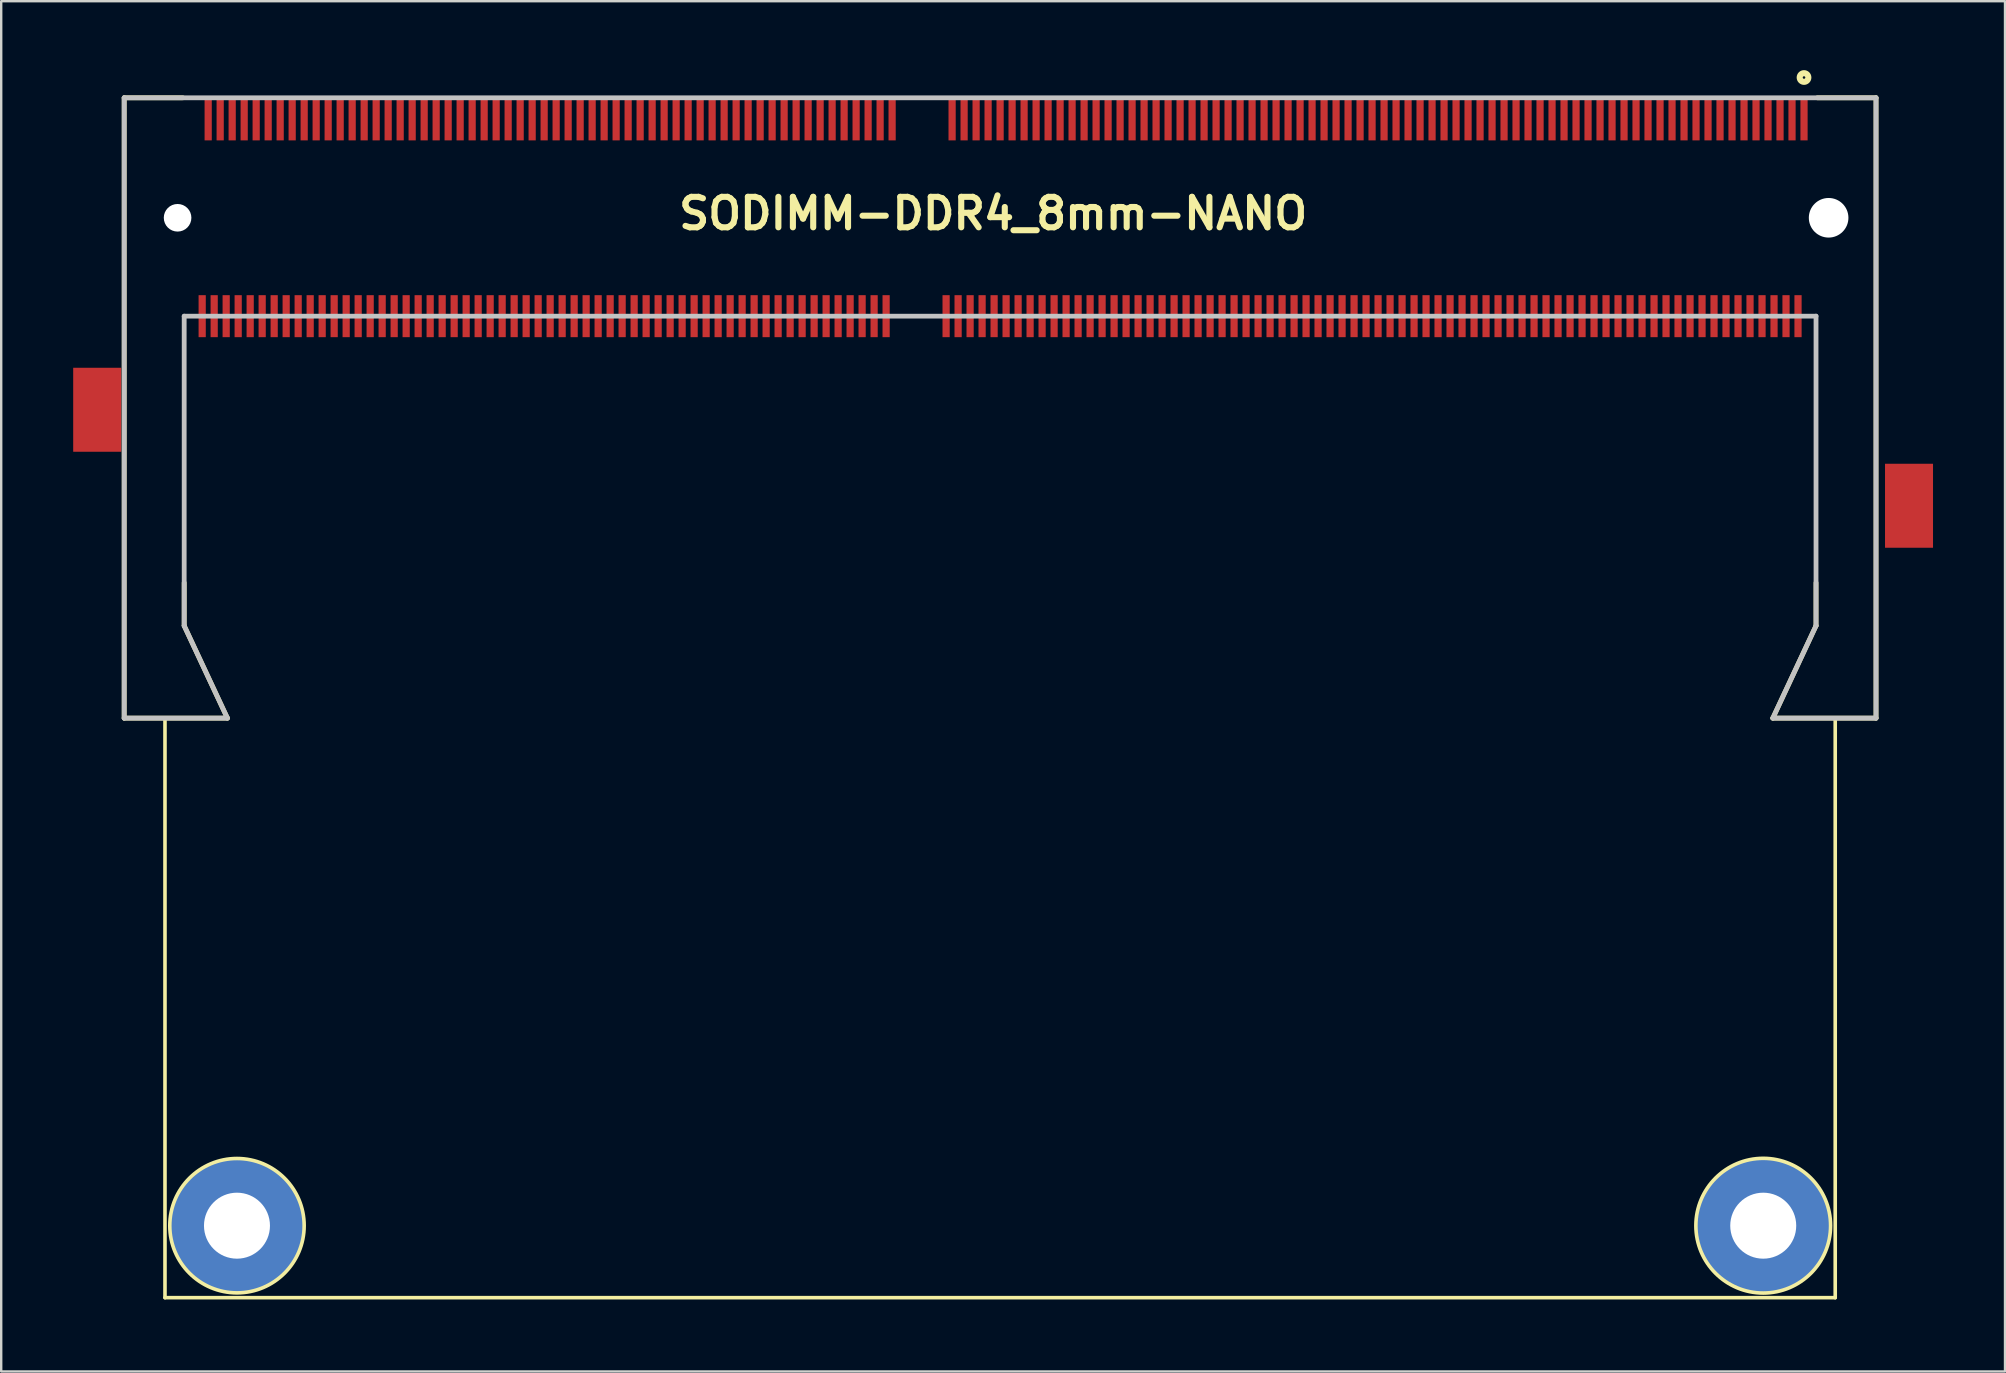
<source format=kicad_pcb>
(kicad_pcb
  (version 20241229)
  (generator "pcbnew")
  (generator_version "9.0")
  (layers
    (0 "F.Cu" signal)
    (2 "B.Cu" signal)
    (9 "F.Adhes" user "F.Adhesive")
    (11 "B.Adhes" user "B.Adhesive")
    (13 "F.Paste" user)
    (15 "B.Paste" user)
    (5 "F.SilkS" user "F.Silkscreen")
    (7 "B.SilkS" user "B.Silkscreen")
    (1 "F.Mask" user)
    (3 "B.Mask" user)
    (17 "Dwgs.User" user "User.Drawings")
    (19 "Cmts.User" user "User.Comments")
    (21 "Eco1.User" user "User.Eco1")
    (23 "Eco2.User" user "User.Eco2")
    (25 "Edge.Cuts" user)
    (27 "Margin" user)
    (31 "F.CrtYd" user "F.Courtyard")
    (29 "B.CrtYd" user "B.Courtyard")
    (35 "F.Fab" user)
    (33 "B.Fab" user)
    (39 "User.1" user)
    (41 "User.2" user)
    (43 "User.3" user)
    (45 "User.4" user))
  (footprint "SODIMM-DDR4_8mm-NANO"
    (layer "F.Cu")
    (at 38.625 6.025)
    (property "Reference" "SODIMM-DDR4_8mm-NANO" (at -0.289 -0.177 0) (layer "F.SilkS") (effects (font (size 1.27 1.27) (thickness 0.254))))
    (attr through_hole)
    (fp_line (start -36.5 -5) (end -34.058 -5) (stroke (width 0.2) (type solid)) (layer "F.SilkS"))
    (fp_line (start -36.5 20.85) (end -36.5 -5) (stroke (width 0.2) (type solid)) (layer "F.SilkS"))
    (fp_line (start -34.8 45) (end -34.8 20.9) (stroke (width 0.15) (type solid)) (layer "F.SilkS"))
    (fp_line (start -34.8 45) (end 34.8 45) (stroke (width 0.15) (type solid)) (layer "F.SilkS"))
    (fp_line (start -34 17) (end -34 15.208) (stroke (width 0.2) (type solid)) (layer "F.SilkS"))
    (fp_line (start -32.2 20.85) (end -36.5 20.85) (stroke (width 0.2) (type solid)) (layer "F.SilkS"))
    (fp_line (start -32.2 20.85) (end -34 17) (stroke (width 0.2) (type solid)) (layer "F.SilkS"))
    (fp_line (start 32.2 20.85) (end 34 17) (stroke (width 0.2) (type solid)) (layer "F.SilkS"))
    (fp_line (start 34 17) (end 34 15.208) (stroke (width 0.2) (type solid)) (layer "F.SilkS"))
    (fp_line (start 34.8 45) (end 34.8 20.9) (stroke (width 0.15) (type solid)) (layer "F.SilkS"))
    (fp_line (start 36.5 -5) (end 34.058 -5) (stroke (width 0.2) (type solid)) (layer "F.SilkS"))
    (fp_line (start 36.5 -5) (end 36.5 20.85) (stroke (width 0.2) (type solid)) (layer "F.SilkS"))
    (fp_line (start 36.5 20.85) (end 32.2 20.85) (stroke (width 0.2) (type solid)) (layer "F.SilkS"))
    (fp_circle (center -31.8 42) (end -29 42) (stroke (width 0.15) (type solid)) (fill no) (layer "F.SilkS"))
    (fp_circle (center 31.8 42) (end 34.6 41.8) (stroke (width 0.15) (type solid)) (fill no) (layer "F.SilkS"))
    (fp_circle (center 33.5 -5.845) (end 33.447 -5.845) (stroke (width 0.254) (type solid)) (fill no) (layer "F.SilkS"))
    (fp_line (start -36.5 -5) (end -36.5 20.85) (stroke (width 0.2) (type solid)) (layer "Dwgs.User"))
    (fp_line (start -36.5 -5) (end 36.5 -5) (stroke (width 0.2) (type solid)) (layer "Dwgs.User"))
    (fp_line (start -36.5 20.85) (end -32.2 20.85) (stroke (width 0.2) (type solid)) (layer "Dwgs.User"))
    (fp_line (start -34 17) (end -34 4.1) (stroke (width 0.2) (type solid)) (layer "Dwgs.User"))
    (fp_line (start -34 17) (end -32.2 20.85) (stroke (width 0.2) (type solid)) (layer "Dwgs.User"))
    (fp_line (start 34 4.1) (end -34 4.1) (stroke (width 0.2) (type solid)) (layer "Dwgs.User"))
    (fp_line (start 34 17) (end 32.2 20.85) (stroke (width 0.2) (type solid)) (layer "Dwgs.User"))
    (fp_line (start 34 17) (end 34 4.1) (stroke (width 0.2) (type solid)) (layer "Dwgs.User"))
    (fp_line (start 36.5 -5) (end 36.5 20.85) (stroke (width 0.2) (type solid)) (layer "Dwgs.User"))
    (fp_line (start 36.5 20.85) (end 32.2 20.85) (stroke (width 0.2) (type solid)) (layer "Dwgs.User"))
    (pad "" np_thru_hole circle (at -34.275 0 90) (size 1.15 1.15) (drill 1.15) (layers "*.Cu" "*.Mask"))
    (pad "" np_thru_hole circle (at -31.8 42) (size 5.6 5.6) (drill 2.75) (layers "*.Cu" "*.Mask"))
    (pad "" np_thru_hole circle (at 31.8 42) (size 5.6 5.6) (drill 2.75) (layers "*.Cu" "*.Mask"))
    (pad "" np_thru_hole circle (at 34.525 0 90) (size 1.65 1.65) (drill 1.65) (layers "*.Cu" "*.Mask"))
    (pad "1" smd rect (at 33.5 -4.1) (size 0.3 1.75) (layers "F.Cu" "F.Mask" "F.Paste"))
    (pad "2" smd rect (at 33.25 4.1) (size 0.3 1.75) (layers "F.Cu" "F.Mask" "F.Paste"))
    (pad "3" smd rect (at 33 -4.1) (size 0.3 1.75) (layers "F.Cu" "F.Mask" "F.Paste"))
    (pad "4" smd rect (at 32.75 4.1) (size 0.3 1.75) (layers "F.Cu" "F.Mask" "F.Paste"))
    (pad "5" smd rect (at 32.5 -4.1) (size 0.3 1.75) (layers "F.Cu" "F.Mask" "F.Paste"))
    (pad "6" smd rect (at 32.25 4.1) (size 0.3 1.75) (layers "F.Cu" "F.Mask" "F.Paste"))
    (pad "7" smd rect (at 32 -4.1) (size 0.3 1.75) (layers "F.Cu" "F.Mask" "F.Paste"))
    (pad "8" smd rect (at 31.75 4.1) (size 0.3 1.75) (layers "F.Cu" "F.Mask" "F.Paste"))
    (pad "9" smd rect (at 31.5 -4.1) (size 0.3 1.75) (layers "F.Cu" "F.Mask" "F.Paste"))
    (pad "10" smd rect (at 31.25 4.1) (size 0.3 1.75) (layers "F.Cu" "F.Mask" "F.Paste"))
    (pad "11" smd rect (at 31 -4.1) (size 0.3 1.75) (layers "F.Cu" "F.Mask" "F.Paste"))
    (pad "12" smd rect (at 30.75 4.1) (size 0.3 1.75) (layers "F.Cu" "F.Mask" "F.Paste"))
    (pad "13" smd rect (at 30.5 -4.1) (size 0.3 1.75) (layers "F.Cu" "F.Mask" "F.Paste"))
    (pad "14" smd rect (at 30.25 4.1) (size 0.3 1.75) (layers "F.Cu" "F.Mask" "F.Paste"))
    (pad "15" smd rect (at 30 -4.1) (size 0.3 1.75) (layers "F.Cu" "F.Mask" "F.Paste"))
    (pad "16" smd rect (at 29.75 4.1) (size 0.3 1.75) (layers "F.Cu" "F.Mask" "F.Paste"))
    (pad "17" smd rect (at 29.5 -4.1) (size 0.3 1.75) (layers "F.Cu" "F.Mask" "F.Paste"))
    (pad "18" smd rect (at 29.25 4.1) (size 0.3 1.75) (layers "F.Cu" "F.Mask" "F.Paste"))
    (pad "19" smd rect (at 29 -4.1) (size 0.3 1.75) (layers "F.Cu" "F.Mask" "F.Paste"))
    (pad "20" smd rect (at 28.75 4.1) (size 0.3 1.75) (layers "F.Cu" "F.Mask" "F.Paste"))
    (pad "21" smd rect (at 28.5 -4.1) (size 0.3 1.75) (layers "F.Cu" "F.Mask" "F.Paste"))
    (pad "22" smd rect (at 28.25 4.1) (size 0.3 1.75) (layers "F.Cu" "F.Mask" "F.Paste"))
    (pad "23" smd rect (at 28 -4.1) (size 0.3 1.75) (layers "F.Cu" "F.Mask" "F.Paste"))
    (pad "24" smd rect (at 27.75 4.1) (size 0.3 1.75) (layers "F.Cu" "F.Mask" "F.Paste"))
    (pad "25" smd rect (at 27.5 -4.1) (size 0.3 1.75) (layers "F.Cu" "F.Mask" "F.Paste"))
    (pad "26" smd rect (at 27.25 4.1) (size 0.3 1.75) (layers "F.Cu" "F.Mask" "F.Paste"))
    (pad "27" smd rect (at 27 -4.1) (size 0.3 1.75) (layers "F.Cu" "F.Mask" "F.Paste"))
    (pad "28" smd rect (at 26.75 4.1) (size 0.3 1.75) (layers "F.Cu" "F.Mask" "F.Paste"))
    (pad "29" smd rect (at 26.5 -4.1) (size 0.3 1.75) (layers "F.Cu" "F.Mask" "F.Paste"))
    (pad "30" smd rect (at 26.25 4.1) (size 0.3 1.75) (layers "F.Cu" "F.Mask" "F.Paste"))
    (pad "31" smd rect (at 26 -4.1) (size 0.3 1.75) (layers "F.Cu" "F.Mask" "F.Paste"))
    (pad "32" smd rect (at 25.75 4.1) (size 0.3 1.75) (layers "F.Cu" "F.Mask" "F.Paste"))
    (pad "33" smd rect (at 25.5 -4.1) (size 0.3 1.75) (layers "F.Cu" "F.Mask" "F.Paste"))
    (pad "34" smd rect (at 25.25 4.1) (size 0.3 1.75) (layers "F.Cu" "F.Mask" "F.Paste"))
    (pad "35" smd rect (at 25 -4.1) (size 0.3 1.75) (layers "F.Cu" "F.Mask" "F.Paste"))
    (pad "36" smd rect (at 24.75 4.1) (size 0.3 1.75) (layers "F.Cu" "F.Mask" "F.Paste"))
    (pad "37" smd rect (at 24.5 -4.1) (size 0.3 1.75) (layers "F.Cu" "F.Mask" "F.Paste"))
    (pad "38" smd rect (at 24.25 4.1) (size 0.3 1.75) (layers "F.Cu" "F.Mask" "F.Paste"))
    (pad "39" smd rect (at 24 -4.1) (size 0.3 1.75) (layers "F.Cu" "F.Mask" "F.Paste"))
    (pad "40" smd rect (at 23.75 4.1) (size 0.3 1.75) (layers "F.Cu" "F.Mask" "F.Paste"))
    (pad "41" smd rect (at 23.5 -4.1) (size 0.3 1.75) (layers "F.Cu" "F.Mask" "F.Paste"))
    (pad "42" smd rect (at 23.25 4.1) (size 0.3 1.75) (layers "F.Cu" "F.Mask" "F.Paste"))
    (pad "43" smd rect (at 23 -4.1) (size 0.3 1.75) (layers "F.Cu" "F.Mask" "F.Paste"))
    (pad "44" smd rect (at 22.75 4.1) (size 0.3 1.75) (layers "F.Cu" "F.Mask" "F.Paste"))
    (pad "45" smd rect (at 22.5 -4.1) (size 0.3 1.75) (layers "F.Cu" "F.Mask" "F.Paste"))
    (pad "46" smd rect (at 22.25 4.1) (size 0.3 1.75) (layers "F.Cu" "F.Mask" "F.Paste"))
    (pad "47" smd rect (at 22 -4.1) (size 0.3 1.75) (layers "F.Cu" "F.Mask" "F.Paste"))
    (pad "48" smd rect (at 21.75 4.1) (size 0.3 1.75) (layers "F.Cu" "F.Mask" "F.Paste"))
    (pad "49" smd rect (at 21.5 -4.1) (size 0.3 1.75) (layers "F.Cu" "F.Mask" "F.Paste"))
    (pad "50" smd rect (at 21.25 4.1) (size 0.3 1.75) (layers "F.Cu" "F.Mask" "F.Paste"))
    (pad "51" smd rect (at 21 -4.1) (size 0.3 1.75) (layers "F.Cu" "F.Mask" "F.Paste"))
    (pad "52" smd rect (at 20.75 4.1) (size 0.3 1.75) (layers "F.Cu" "F.Mask" "F.Paste"))
    (pad "53" smd rect (at 20.5 -4.1) (size 0.3 1.75) (layers "F.Cu" "F.Mask" "F.Paste"))
    (pad "54" smd rect (at 20.25 4.1) (size 0.3 1.75) (layers "F.Cu" "F.Mask" "F.Paste"))
    (pad "55" smd rect (at 20 -4.1) (size 0.3 1.75) (layers "F.Cu" "F.Mask" "F.Paste"))
    (pad "56" smd rect (at 19.75 4.1) (size 0.3 1.75) (layers "F.Cu" "F.Mask" "F.Paste"))
    (pad "57" smd rect (at 19.5 -4.1) (size 0.3 1.75) (layers "F.Cu" "F.Mask" "F.Paste"))
    (pad "58" smd rect (at 19.25 4.1) (size 0.3 1.75) (layers "F.Cu" "F.Mask" "F.Paste"))
    (pad "59" smd rect (at 19 -4.1) (size 0.3 1.75) (layers "F.Cu" "F.Mask" "F.Paste"))
    (pad "60" smd rect (at 18.75 4.1) (size 0.3 1.75) (layers "F.Cu" "F.Mask" "F.Paste"))
    (pad "61" smd rect (at 18.5 -4.1) (size 0.3 1.75) (layers "F.Cu" "F.Mask" "F.Paste"))
    (pad "62" smd rect (at 18.25 4.1) (size 0.3 1.75) (layers "F.Cu" "F.Mask" "F.Paste"))
    (pad "63" smd rect (at 18 -4.1) (size 0.3 1.75) (layers "F.Cu" "F.Mask" "F.Paste"))
    (pad "64" smd rect (at 17.75 4.1) (size 0.3 1.75) (layers "F.Cu" "F.Mask" "F.Paste"))
    (pad "65" smd rect (at 17.5 -4.1) (size 0.3 1.75) (layers "F.Cu" "F.Mask" "F.Paste"))
    (pad "66" smd rect (at 17.25 4.1) (size 0.3 1.75) (layers "F.Cu" "F.Mask" "F.Paste"))
    (pad "67" smd rect (at 17 -4.1) (size 0.3 1.75) (layers "F.Cu" "F.Mask" "F.Paste"))
    (pad "68" smd rect (at 16.75 4.1) (size 0.3 1.75) (layers "F.Cu" "F.Mask" "F.Paste"))
    (pad "69" smd rect (at 16.5 -4.1) (size 0.3 1.75) (layers "F.Cu" "F.Mask" "F.Paste"))
    (pad "70" smd rect (at 16.25 4.1) (size 0.3 1.75) (layers "F.Cu" "F.Mask" "F.Paste"))
    (pad "71" smd rect (at 16 -4.1) (size 0.3 1.75) (layers "F.Cu" "F.Mask" "F.Paste"))
    (pad "72" smd rect (at 15.75 4.1) (size 0.3 1.75) (layers "F.Cu" "F.Mask" "F.Paste"))
    (pad "73" smd rect (at 15.5 -4.1) (size 0.3 1.75) (layers "F.Cu" "F.Mask" "F.Paste"))
    (pad "74" smd rect (at 15.25 4.1) (size 0.3 1.75) (layers "F.Cu" "F.Mask" "F.Paste"))
    (pad "75" smd rect (at 15 -4.1) (size 0.3 1.75) (layers "F.Cu" "F.Mask" "F.Paste"))
    (pad "76" smd rect (at 14.75 4.1) (size 0.3 1.75) (layers "F.Cu" "F.Mask" "F.Paste"))
    (pad "77" smd rect (at 14.5 -4.1) (size 0.3 1.75) (layers "F.Cu" "F.Mask" "F.Paste"))
    (pad "78" smd rect (at 14.25 4.1) (size 0.3 1.75) (layers "F.Cu" "F.Mask" "F.Paste"))
    (pad "79" smd rect (at 14 -4.1) (size 0.3 1.75) (layers "F.Cu" "F.Mask" "F.Paste"))
    (pad "80" smd rect (at 13.75 4.1) (size 0.3 1.75) (layers "F.Cu" "F.Mask" "F.Paste"))
    (pad "81" smd rect (at 13.5 -4.1) (size 0.3 1.75) (layers "F.Cu" "F.Mask" "F.Paste"))
    (pad "82" smd rect (at 13.25 4.1) (size 0.3 1.75) (layers "F.Cu" "F.Mask" "F.Paste"))
    (pad "83" smd rect (at 13 -4.1) (size 0.3 1.75) (layers "F.Cu" "F.Mask" "F.Paste"))
    (pad "84" smd rect (at 12.75 4.1) (size 0.3 1.75) (layers "F.Cu" "F.Mask" "F.Paste"))
    (pad "85" smd rect (at 12.5 -4.1) (size 0.3 1.75) (layers "F.Cu" "F.Mask" "F.Paste"))
    (pad "86" smd rect (at 12.25 4.1) (size 0.3 1.75) (layers "F.Cu" "F.Mask" "F.Paste"))
    (pad "87" smd rect (at 12 -4.1) (size 0.3 1.75) (layers "F.Cu" "F.Mask" "F.Paste"))
    (pad "88" smd rect (at 11.75 4.1) (size 0.3 1.75) (layers "F.Cu" "F.Mask" "F.Paste"))
    (pad "89" smd rect (at 11.5 -4.1) (size 0.3 1.75) (layers "F.Cu" "F.Mask" "F.Paste"))
    (pad "90" smd rect (at 11.25 4.1) (size 0.3 1.75) (layers "F.Cu" "F.Mask" "F.Paste"))
    (pad "91" smd rect (at 11 -4.1) (size 0.3 1.75) (layers "F.Cu" "F.Mask" "F.Paste"))
    (pad "92" smd rect (at 10.75 4.1) (size 0.3 1.75) (layers "F.Cu" "F.Mask" "F.Paste"))
    (pad "93" smd rect (at 10.5 -4.1) (size 0.3 1.75) (layers "F.Cu" "F.Mask" "F.Paste"))
    (pad "94" smd rect (at 10.25 4.1) (size 0.3 1.75) (layers "F.Cu" "F.Mask" "F.Paste"))
    (pad "95" smd rect (at 10 -4.1) (size 0.3 1.75) (layers "F.Cu" "F.Mask" "F.Paste"))
    (pad "96" smd rect (at 9.75 4.1) (size 0.3 1.75) (layers "F.Cu" "F.Mask" "F.Paste"))
    (pad "97" smd rect (at 9.5 -4.1) (size 0.3 1.75) (layers "F.Cu" "F.Mask" "F.Paste"))
    (pad "98" smd rect (at 9.25 4.1) (size 0.3 1.75) (layers "F.Cu" "F.Mask" "F.Paste"))
    (pad "99" smd rect (at 9 -4.1) (size 0.3 1.75) (layers "F.Cu" "F.Mask" "F.Paste"))
    (pad "100" smd rect (at 8.75 4.1) (size 0.3 1.75) (layers "F.Cu" "F.Mask" "F.Paste"))
    (pad "101" smd rect (at 8.5 -4.1) (size 0.3 1.75) (layers "F.Cu" "F.Mask" "F.Paste"))
    (pad "102" smd rect (at 8.25 4.1) (size 0.3 1.75) (layers "F.Cu" "F.Mask" "F.Paste"))
    (pad "103" smd rect (at 8 -4.1) (size 0.3 1.75) (layers "F.Cu" "F.Mask" "F.Paste"))
    (pad "104" smd rect (at 7.75 4.1) (size 0.3 1.75) (layers "F.Cu" "F.Mask" "F.Paste"))
    (pad "105" smd rect (at 7.5 -4.1) (size 0.3 1.75) (layers "F.Cu" "F.Mask" "F.Paste"))
    (pad "106" smd rect (at 7.25 4.1) (size 0.3 1.75) (layers "F.Cu" "F.Mask" "F.Paste"))
    (pad "107" smd rect (at 7 -4.1) (size 0.3 1.75) (layers "F.Cu" "F.Mask" "F.Paste"))
    (pad "108" smd rect (at 6.75 4.1) (size 0.3 1.75) (layers "F.Cu" "F.Mask" "F.Paste"))
    (pad "109" smd rect (at 6.5 -4.1) (size 0.3 1.75) (layers "F.Cu" "F.Mask" "F.Paste"))
    (pad "110" smd rect (at 6.25 4.1) (size 0.3 1.75) (layers "F.Cu" "F.Mask" "F.Paste"))
    (pad "111" smd rect (at 6 -4.1) (size 0.3 1.75) (layers "F.Cu" "F.Mask" "F.Paste"))
    (pad "112" smd rect (at 5.75 4.1) (size 0.3 1.75) (layers "F.Cu" "F.Mask" "F.Paste"))
    (pad "113" smd rect (at 5.5 -4.1) (size 0.3 1.75) (layers "F.Cu" "F.Mask" "F.Paste"))
    (pad "114" smd rect (at 5.25 4.1) (size 0.3 1.75) (layers "F.Cu" "F.Mask" "F.Paste"))
    (pad "115" smd rect (at 5 -4.1) (size 0.3 1.75) (layers "F.Cu" "F.Mask" "F.Paste"))
    (pad "116" smd rect (at 4.75 4.1) (size 0.3 1.75) (layers "F.Cu" "F.Mask" "F.Paste"))
    (pad "117" smd rect (at 4.5 -4.1) (size 0.3 1.75) (layers "F.Cu" "F.Mask" "F.Paste"))
    (pad "118" smd rect (at 4.25 4.1) (size 0.3 1.75) (layers "F.Cu" "F.Mask" "F.Paste"))
    (pad "119" smd rect (at 4 -4.1) (size 0.3 1.75) (layers "F.Cu" "F.Mask" "F.Paste"))
    (pad "120" smd rect (at 3.75 4.1) (size 0.3 1.75) (layers "F.Cu" "F.Mask" "F.Paste"))
    (pad "121" smd rect (at 3.5 -4.1) (size 0.3 1.75) (layers "F.Cu" "F.Mask" "F.Paste"))
    (pad "122" smd rect (at 3.25 4.1) (size 0.3 1.75) (layers "F.Cu" "F.Mask" "F.Paste"))
    (pad "123" smd rect (at 3 -4.1) (size 0.3 1.75) (layers "F.Cu" "F.Mask" "F.Paste"))
    (pad "124" smd rect (at 2.75 4.1) (size 0.3 1.75) (layers "F.Cu" "F.Mask" "F.Paste"))
    (pad "125" smd rect (at 2.5 -4.1) (size 0.3 1.75) (layers "F.Cu" "F.Mask" "F.Paste"))
    (pad "126" smd rect (at 2.25 4.1) (size 0.3 1.75) (layers "F.Cu" "F.Mask" "F.Paste"))
    (pad "127" smd rect (at 2 -4.1) (size 0.3 1.75) (layers "F.Cu" "F.Mask" "F.Paste"))
    (pad "128" smd rect (at 1.75 4.1) (size 0.3 1.75) (layers "F.Cu" "F.Mask" "F.Paste"))
    (pad "129" smd rect (at 1.5 -4.1) (size 0.3 1.75) (layers "F.Cu" "F.Mask" "F.Paste"))
    (pad "130" smd rect (at 1.25 4.1) (size 0.3 1.75) (layers "F.Cu" "F.Mask" "F.Paste"))
    (pad "131" smd rect (at 1 -4.1) (size 0.3 1.75) (layers "F.Cu" "F.Mask" "F.Paste"))
    (pad "132" smd rect (at 0.75 4.1) (size 0.3 1.75) (layers "F.Cu" "F.Mask" "F.Paste"))
    (pad "133" smd rect (at 0.5 -4.1) (size 0.3 1.75) (layers "F.Cu" "F.Mask" "F.Paste"))
    (pad "134" smd rect (at 0.25 4.1) (size 0.3 1.75) (layers "F.Cu" "F.Mask" "F.Paste"))
    (pad "135" smd rect (at 0 -4.1) (size 0.3 1.75) (layers "F.Cu" "F.Mask" "F.Paste"))
    (pad "136" smd rect (at -0.25 4.1) (size 0.3 1.75) (layers "F.Cu" "F.Mask" "F.Paste"))
    (pad "137" smd rect (at -0.5 -4.1) (size 0.3 1.75) (layers "F.Cu" "F.Mask" "F.Paste"))
    (pad "138" smd rect (at -0.75 4.1) (size 0.3 1.75) (layers "F.Cu" "F.Mask" "F.Paste"))
    (pad "139" smd rect (at -1 -4.1) (size 0.3 1.75) (layers "F.Cu" "F.Mask" "F.Paste"))
    (pad "140" smd rect (at -1.25 4.1) (size 0.3 1.75) (layers "F.Cu" "F.Mask" "F.Paste"))
    (pad "141" smd rect (at -1.5 -4.1) (size 0.3 1.75) (layers "F.Cu" "F.Mask" "F.Paste"))
    (pad "142" smd rect (at -1.75 4.1) (size 0.3 1.75) (layers "F.Cu" "F.Mask" "F.Paste"))
    (pad "143" smd rect (at -2 -4.1) (size 0.3 1.75) (layers "F.Cu" "F.Mask" "F.Paste"))
    (pad "144" smd rect (at -2.25 4.1) (size 0.3 1.75) (layers "F.Cu" "F.Mask" "F.Paste"))
    (pad "145" smd rect (at -4.5 -4.1) (size 0.3 1.75) (layers "F.Cu" "F.Mask" "F.Paste"))
    (pad "146" smd rect (at -4.75 4.1) (size 0.3 1.75) (layers "F.Cu" "F.Mask" "F.Paste"))
    (pad "147" smd rect (at -5 -4.1) (size 0.3 1.75) (layers "F.Cu" "F.Mask" "F.Paste"))
    (pad "148" smd rect (at -5.25 4.1) (size 0.3 1.75) (layers "F.Cu" "F.Mask" "F.Paste"))
    (pad "149" smd rect (at -5.5 -4.1) (size 0.3 1.75) (layers "F.Cu" "F.Mask" "F.Paste"))
    (pad "150" smd rect (at -5.75 4.1) (size 0.3 1.75) (layers "F.Cu" "F.Mask" "F.Paste"))
    (pad "151" smd rect (at -6 -4.1) (size 0.3 1.75) (layers "F.Cu" "F.Mask" "F.Paste"))
    (pad "152" smd rect (at -6.25 4.1) (size 0.3 1.75) (layers "F.Cu" "F.Mask" "F.Paste"))
    (pad "153" smd rect (at -6.5 -4.1) (size 0.3 1.75) (layers "F.Cu" "F.Mask" "F.Paste"))
    (pad "154" smd rect (at -6.75 4.1) (size 0.3 1.75) (layers "F.Cu" "F.Mask" "F.Paste"))
    (pad "155" smd rect (at -7 -4.1) (size 0.3 1.75) (layers "F.Cu" "F.Mask" "F.Paste"))
    (pad "156" smd rect (at -7.25 4.1) (size 0.3 1.75) (layers "F.Cu" "F.Mask" "F.Paste"))
    (pad "157" smd rect (at -7.5 -4.1) (size 0.3 1.75) (layers "F.Cu" "F.Mask" "F.Paste"))
    (pad "158" smd rect (at -7.75 4.1) (size 0.3 1.75) (layers "F.Cu" "F.Mask" "F.Paste"))
    (pad "159" smd rect (at -8 -4.1) (size 0.3 1.75) (layers "F.Cu" "F.Mask" "F.Paste"))
    (pad "160" smd rect (at -8.25 4.1) (size 0.3 1.75) (layers "F.Cu" "F.Mask" "F.Paste"))
    (pad "161" smd rect (at -8.5 -4.1) (size 0.3 1.75) (layers "F.Cu" "F.Mask" "F.Paste"))
    (pad "162" smd rect (at -8.75 4.1) (size 0.3 1.75) (layers "F.Cu" "F.Mask" "F.Paste"))
    (pad "163" smd rect (at -9 -4.1) (size 0.3 1.75) (layers "F.Cu" "F.Mask" "F.Paste"))
    (pad "164" smd rect (at -9.25 4.1) (size 0.3 1.75) (layers "F.Cu" "F.Mask" "F.Paste"))
    (pad "165" smd rect (at -9.5 -4.1) (size 0.3 1.75) (layers "F.Cu" "F.Mask" "F.Paste"))
    (pad "166" smd rect (at -9.75 4.1) (size 0.3 1.75) (layers "F.Cu" "F.Mask" "F.Paste"))
    (pad "167" smd rect (at -10 -4.1) (size 0.3 1.75) (layers "F.Cu" "F.Mask" "F.Paste"))
    (pad "168" smd rect (at -10.25 4.1) (size 0.3 1.75) (layers "F.Cu" "F.Mask" "F.Paste"))
    (pad "169" smd rect (at -10.5 -4.1) (size 0.3 1.75) (layers "F.Cu" "F.Mask" "F.Paste"))
    (pad "170" smd rect (at -10.75 4.1) (size 0.3 1.75) (layers "F.Cu" "F.Mask" "F.Paste"))
    (pad "171" smd rect (at -11 -4.1) (size 0.3 1.75) (layers "F.Cu" "F.Mask" "F.Paste"))
    (pad "172" smd rect (at -11.25 4.1) (size 0.3 1.75) (layers "F.Cu" "F.Mask" "F.Paste"))
    (pad "173" smd rect (at -11.5 -4.1) (size 0.3 1.75) (layers "F.Cu" "F.Mask" "F.Paste"))
    (pad "174" smd rect (at -11.75 4.1) (size 0.3 1.75) (layers "F.Cu" "F.Mask" "F.Paste"))
    (pad "175" smd rect (at -12 -4.1) (size 0.3 1.75) (layers "F.Cu" "F.Mask" "F.Paste"))
    (pad "176" smd rect (at -12.25 4.1) (size 0.3 1.75) (layers "F.Cu" "F.Mask" "F.Paste"))
    (pad "177" smd rect (at -12.5 -4.1) (size 0.3 1.75) (layers "F.Cu" "F.Mask" "F.Paste"))
    (pad "178" smd rect (at -12.75 4.1) (size 0.3 1.75) (layers "F.Cu" "F.Mask" "F.Paste"))
    (pad "179" smd rect (at -13 -4.1) (size 0.3 1.75) (layers "F.Cu" "F.Mask" "F.Paste"))
    (pad "180" smd rect (at -13.25 4.1) (size 0.3 1.75) (layers "F.Cu" "F.Mask" "F.Paste"))
    (pad "181" smd rect (at -13.5 -4.1) (size 0.3 1.75) (layers "F.Cu" "F.Mask" "F.Paste"))
    (pad "182" smd rect (at -13.75 4.1) (size 0.3 1.75) (layers "F.Cu" "F.Mask" "F.Paste"))
    (pad "183" smd rect (at -14 -4.1) (size 0.3 1.75) (layers "F.Cu" "F.Mask" "F.Paste"))
    (pad "184" smd rect (at -14.25 4.1) (size 0.3 1.75) (layers "F.Cu" "F.Mask" "F.Paste"))
    (pad "185" smd rect (at -14.5 -4.1) (size 0.3 1.75) (layers "F.Cu" "F.Mask" "F.Paste"))
    (pad "186" smd rect (at -14.75 4.1) (size 0.3 1.75) (layers "F.Cu" "F.Mask" "F.Paste"))
    (pad "187" smd rect (at -15 -4.1) (size 0.3 1.75) (layers "F.Cu" "F.Mask" "F.Paste"))
    (pad "188" smd rect (at -15.25 4.1) (size 0.3 1.75) (layers "F.Cu" "F.Mask" "F.Paste"))
    (pad "189" smd rect (at -15.5 -4.1) (size 0.3 1.75) (layers "F.Cu" "F.Mask" "F.Paste"))
    (pad "190" smd rect (at -15.75 4.1) (size 0.3 1.75) (layers "F.Cu" "F.Mask" "F.Paste"))
    (pad "191" smd rect (at -16 -4.1) (size 0.3 1.75) (layers "F.Cu" "F.Mask" "F.Paste"))
    (pad "192" smd rect (at -16.25 4.1) (size 0.3 1.75) (layers "F.Cu" "F.Mask" "F.Paste"))
    (pad "193" smd rect (at -16.5 -4.1) (size 0.3 1.75) (layers "F.Cu" "F.Mask" "F.Paste"))
    (pad "194" smd rect (at -16.75 4.1) (size 0.3 1.75) (layers "F.Cu" "F.Mask" "F.Paste"))
    (pad "195" smd rect (at -17 -4.1) (size 0.3 1.75) (layers "F.Cu" "F.Mask" "F.Paste"))
    (pad "196" smd rect (at -17.25 4.1) (size 0.3 1.75) (layers "F.Cu" "F.Mask" "F.Paste"))
    (pad "197" smd rect (at -17.5 -4.1) (size 0.3 1.75) (layers "F.Cu" "F.Mask" "F.Paste"))
    (pad "198" smd rect (at -17.75 4.1) (size 0.3 1.75) (layers "F.Cu" "F.Mask" "F.Paste"))
    (pad "199" smd rect (at -18 -4.1) (size 0.3 1.75) (layers "F.Cu" "F.Mask" "F.Paste"))
    (pad "200" smd rect (at -18.25 4.1) (size 0.3 1.75) (layers "F.Cu" "F.Mask" "F.Paste"))
    (pad "201" smd rect (at -18.5 -4.1) (size 0.3 1.75) (layers "F.Cu" "F.Mask" "F.Paste"))
    (pad "202" smd rect (at -18.75 4.1) (size 0.3 1.75) (layers "F.Cu" "F.Mask" "F.Paste"))
    (pad "203" smd rect (at -19 -4.1) (size 0.3 1.75) (layers "F.Cu" "F.Mask" "F.Paste"))
    (pad "204" smd rect (at -19.25 4.1) (size 0.3 1.75) (layers "F.Cu" "F.Mask" "F.Paste"))
    (pad "205" smd rect (at -19.5 -4.1) (size 0.3 1.75) (layers "F.Cu" "F.Mask" "F.Paste"))
    (pad "206" smd rect (at -19.75 4.1) (size 0.3 1.75) (layers "F.Cu" "F.Mask" "F.Paste"))
    (pad "207" smd rect (at -20 -4.1) (size 0.3 1.75) (layers "F.Cu" "F.Mask" "F.Paste"))
    (pad "208" smd rect (at -20.25 4.1) (size 0.3 1.75) (layers "F.Cu" "F.Mask" "F.Paste"))
    (pad "209" smd rect (at -20.5 -4.1) (size 0.3 1.75) (layers "F.Cu" "F.Mask" "F.Paste"))
    (pad "210" smd rect (at -20.75 4.1) (size 0.3 1.75) (layers "F.Cu" "F.Mask" "F.Paste"))
    (pad "211" smd rect (at -21 -4.1) (size 0.3 1.75) (layers "F.Cu" "F.Mask" "F.Paste"))
    (pad "212" smd rect (at -21.25 4.1) (size 0.3 1.75) (layers "F.Cu" "F.Mask" "F.Paste"))
    (pad "213" smd rect (at -21.5 -4.1) (size 0.3 1.75) (layers "F.Cu" "F.Mask" "F.Paste"))
    (pad "214" smd rect (at -21.75 4.1) (size 0.3 1.75) (layers "F.Cu" "F.Mask" "F.Paste"))
    (pad "215" smd rect (at -22 -4.1) (size 0.3 1.75) (layers "F.Cu" "F.Mask" "F.Paste"))
    (pad "216" smd rect (at -22.25 4.1) (size 0.3 1.75) (layers "F.Cu" "F.Mask" "F.Paste"))
    (pad "217" smd rect (at -22.5 -4.1) (size 0.3 1.75) (layers "F.Cu" "F.Mask" "F.Paste"))
    (pad "218" smd rect (at -22.75 4.1) (size 0.3 1.75) (layers "F.Cu" "F.Mask" "F.Paste"))
    (pad "219" smd rect (at -23 -4.1) (size 0.3 1.75) (layers "F.Cu" "F.Mask" "F.Paste"))
    (pad "220" smd rect (at -23.25 4.1) (size 0.3 1.75) (layers "F.Cu" "F.Mask" "F.Paste"))
    (pad "221" smd rect (at -23.5 -4.1) (size 0.3 1.75) (layers "F.Cu" "F.Mask" "F.Paste"))
    (pad "222" smd rect (at -23.75 4.1) (size 0.3 1.75) (layers "F.Cu" "F.Mask" "F.Paste"))
    (pad "223" smd rect (at -24 -4.1) (size 0.3 1.75) (layers "F.Cu" "F.Mask" "F.Paste"))
    (pad "224" smd rect (at -24.25 4.1) (size 0.3 1.75) (layers "F.Cu" "F.Mask" "F.Paste"))
    (pad "225" smd rect (at -24.5 -4.1) (size 0.3 1.75) (layers "F.Cu" "F.Mask" "F.Paste"))
    (pad "226" smd rect (at -24.75 4.1) (size 0.3 1.75) (layers "F.Cu" "F.Mask" "F.Paste"))
    (pad "227" smd rect (at -25 -4.1) (size 0.3 1.75) (layers "F.Cu" "F.Mask" "F.Paste"))
    (pad "228" smd rect (at -25.25 4.1) (size 0.3 1.75) (layers "F.Cu" "F.Mask" "F.Paste"))
    (pad "229" smd rect (at -25.5 -4.1) (size 0.3 1.75) (layers "F.Cu" "F.Mask" "F.Paste"))
    (pad "230" smd rect (at -25.75 4.1) (size 0.3 1.75) (layers "F.Cu" "F.Mask" "F.Paste"))
    (pad "231" smd rect (at -26 -4.1) (size 0.3 1.75) (layers "F.Cu" "F.Mask" "F.Paste"))
    (pad "232" smd rect (at -26.25 4.1) (size 0.3 1.75) (layers "F.Cu" "F.Mask" "F.Paste"))
    (pad "233" smd rect (at -26.5 -4.1) (size 0.3 1.75) (layers "F.Cu" "F.Mask" "F.Paste"))
    (pad "234" smd rect (at -26.75 4.1) (size 0.3 1.75) (layers "F.Cu" "F.Mask" "F.Paste"))
    (pad "235" smd rect (at -27 -4.1) (size 0.3 1.75) (layers "F.Cu" "F.Mask" "F.Paste"))
    (pad "236" smd rect (at -27.25 4.1) (size 0.3 1.75) (layers "F.Cu" "F.Mask" "F.Paste"))
    (pad "237" smd rect (at -27.5 -4.1) (size 0.3 1.75) (layers "F.Cu" "F.Mask" "F.Paste"))
    (pad "238" smd rect (at -27.75 4.1) (size 0.3 1.75) (layers "F.Cu" "F.Mask" "F.Paste"))
    (pad "239" smd rect (at -28 -4.1) (size 0.3 1.75) (layers "F.Cu" "F.Mask" "F.Paste"))
    (pad "240" smd rect (at -28.25 4.1) (size 0.3 1.75) (layers "F.Cu" "F.Mask" "F.Paste"))
    (pad "241" smd rect (at -28.5 -4.1) (size 0.3 1.75) (layers "F.Cu" "F.Mask" "F.Paste"))
    (pad "242" smd rect (at -28.75 4.1) (size 0.3 1.75) (layers "F.Cu" "F.Mask" "F.Paste"))
    (pad "243" smd rect (at -29 -4.1) (size 0.3 1.75) (layers "F.Cu" "F.Mask" "F.Paste"))
    (pad "244" smd rect (at -29.25 4.1) (size 0.3 1.75) (layers "F.Cu" "F.Mask" "F.Paste"))
    (pad "245" smd rect (at -29.5 -4.1) (size 0.3 1.75) (layers "F.Cu" "F.Mask" "F.Paste"))
    (pad "246" smd rect (at -29.75 4.1) (size 0.3 1.75) (layers "F.Cu" "F.Mask" "F.Paste"))
    (pad "247" smd rect (at -30 -4.1) (size 0.3 1.75) (layers "F.Cu" "F.Mask" "F.Paste"))
    (pad "248" smd rect (at -30.25 4.1) (size 0.3 1.75) (layers "F.Cu" "F.Mask" "F.Paste"))
    (pad "249" smd rect (at -30.5 -4.1) (size 0.3 1.75) (layers "F.Cu" "F.Mask" "F.Paste"))
    (pad "250" smd rect (at -30.75 4.1) (size 0.3 1.75) (layers "F.Cu" "F.Mask" "F.Paste"))
    (pad "251" smd rect (at -31 -4.1) (size 0.3 1.75) (layers "F.Cu" "F.Mask" "F.Paste"))
    (pad "252" smd rect (at -31.25 4.1) (size 0.3 1.75) (layers "F.Cu" "F.Mask" "F.Paste"))
    (pad "253" smd rect (at -31.5 -4.1) (size 0.3 1.75) (layers "F.Cu" "F.Mask" "F.Paste"))
    (pad "254" smd rect (at -31.75 4.1) (size 0.3 1.75) (layers "F.Cu" "F.Mask" "F.Paste"))
    (pad "255" smd rect (at -32 -4.1) (size 0.3 1.75) (layers "F.Cu" "F.Mask" "F.Paste"))
    (pad "256" smd rect (at -32.25 4.1) (size 0.3 1.75) (layers "F.Cu" "F.Mask" "F.Paste"))
    (pad "257" smd rect (at -32.5 -4.1) (size 0.3 1.75) (layers "F.Cu" "F.Mask" "F.Paste"))
    (pad "258" smd rect (at -32.75 4.1) (size 0.3 1.75) (layers "F.Cu" "F.Mask" "F.Paste"))
    (pad "259" smd rect (at -33 -4.1) (size 0.3 1.75) (layers "F.Cu" "F.Mask" "F.Paste"))
    (pad "260" smd rect (at -33.25 4.1) (size 0.3 1.75) (layers "F.Cu" "F.Mask" "F.Paste"))
    (pad "261" smd rect (at 37.875 12) (size 2 3.5) (layers "F.Cu" "F.Mask" "F.Paste"))
    (pad "262" smd rect (at -37.625 8) (size 2 3.5) (layers "F.Cu" "F.Mask" "F.Paste")))
  (gr_rect
    (start -3 -3)
    (end 80.5 54.1)
    (stroke (width 0.1) (type default))
    (fill no)
    (layer "Edge.Cuts")))
</source>
